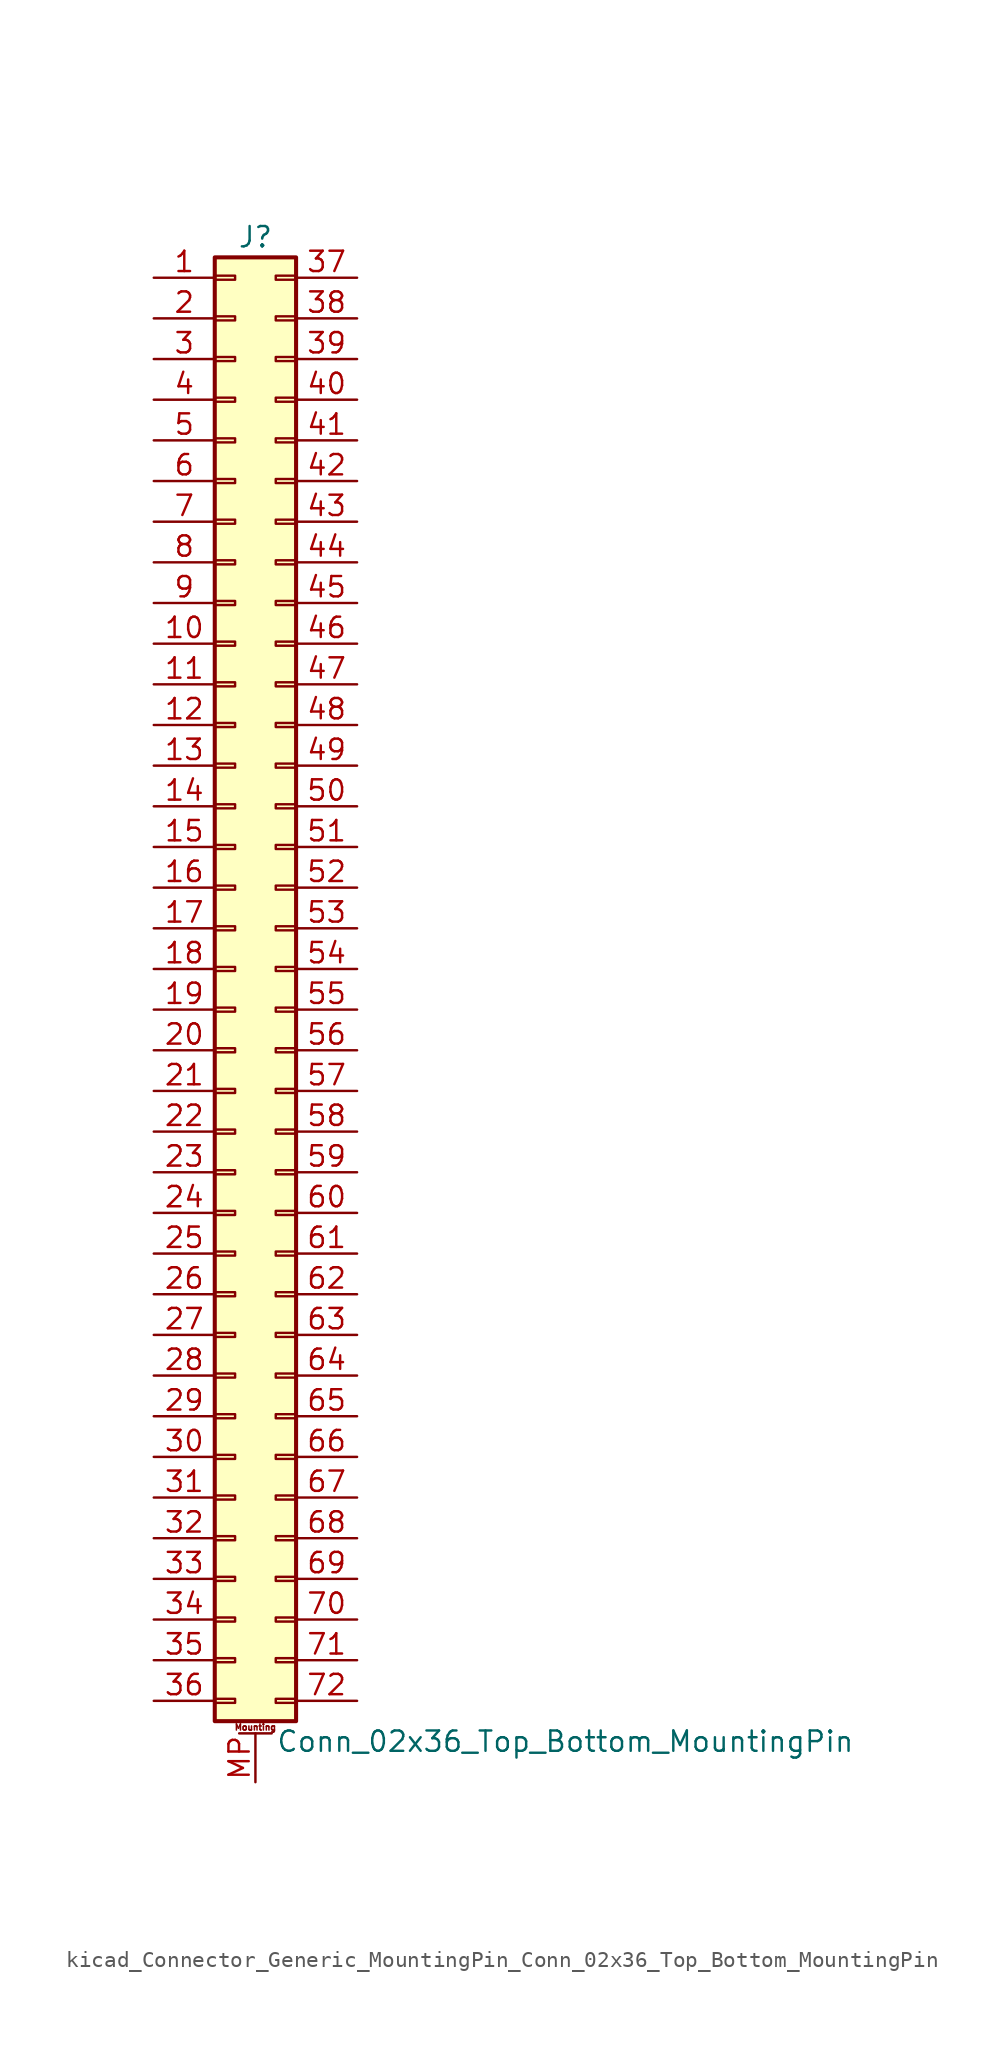
<source format=kicad_sym>
(kicad_symbol_lib
  (version 20220914)
  (generator kicad_symbol_editor)
  (symbol "kicad_Connector_Generic_MountingPin_Conn_02x36_Top_Bottom_MountingPin"
    (pin_names
      (offset 1.016) hide)
    (property "Reference" "J"
      (at 1.27 45.72 0)
      (effects (font (size 1.27 1.27))))
    (property "Value" "Conn_02x36_Top_Bottom_MountingPin"
      (at 2.54 -48.26 0)
      (effects (font (size 1.27 1.27)) (justify left)))
    (symbol "kicad_Connector_Generic_MountingPin_Conn_02x36_Top_Bottom_MountingPin_1_1"
      (rectangle (start -1.27 -45.593) (end 0 -45.847) (stroke (width 0.152) (type default)) (fill (type none)))
      (rectangle (start -1.27 -43.053) (end 0 -43.307) (stroke (width 0.152) (type default)) (fill (type none)))
      (rectangle (start -1.27 -40.513) (end 0 -40.767) (stroke (width 0.152) (type default)) (fill (type none)))
      (rectangle (start -1.27 -37.973) (end 0 -38.227) (stroke (width 0.152) (type default)) (fill (type none)))
      (rectangle (start -1.27 -35.433) (end 0 -35.687) (stroke (width 0.152) (type default)) (fill (type none)))
      (rectangle (start -1.27 -32.893) (end 0 -33.147) (stroke (width 0.152) (type default)) (fill (type none)))
      (rectangle (start -1.27 -30.353) (end 0 -30.607) (stroke (width 0.152) (type default)) (fill (type none)))
      (rectangle (start -1.27 -27.813) (end 0 -28.067) (stroke (width 0.152) (type default)) (fill (type none)))
      (rectangle (start -1.27 -25.273) (end 0 -25.527) (stroke (width 0.152) (type default)) (fill (type none)))
      (rectangle (start -1.27 -22.733) (end 0 -22.987) (stroke (width 0.152) (type default)) (fill (type none)))
      (rectangle (start -1.27 -20.193) (end 0 -20.447) (stroke (width 0.152) (type default)) (fill (type none)))
      (rectangle (start -1.27 -17.653) (end 0 -17.907) (stroke (width 0.152) (type default)) (fill (type none)))
      (rectangle (start -1.27 -15.113) (end 0 -15.367) (stroke (width 0.152) (type default)) (fill (type none)))
      (rectangle (start -1.27 -12.573) (end 0 -12.827) (stroke (width 0.152) (type default)) (fill (type none)))
      (rectangle (start -1.27 -10.033) (end 0 -10.287) (stroke (width 0.152) (type default)) (fill (type none)))
      (rectangle (start -1.27 -7.493) (end 0 -7.747) (stroke (width 0.152) (type default)) (fill (type none)))
      (rectangle (start -1.27 -4.953) (end 0 -5.207) (stroke (width 0.152) (type default)) (fill (type none)))
      (rectangle (start -1.27 -2.413) (end 0 -2.667) (stroke (width 0.152) (type default)) (fill (type none)))
      (rectangle (start -1.27 0.127) (end 0 -0.127) (stroke (width 0.152) (type default)) (fill (type none)))
      (rectangle (start -1.27 2.667) (end 0 2.413) (stroke (width 0.152) (type default)) (fill (type none)))
      (rectangle (start -1.27 5.207) (end 0 4.953) (stroke (width 0.152) (type default)) (fill (type none)))
      (rectangle (start -1.27 7.747) (end 0 7.493) (stroke (width 0.152) (type default)) (fill (type none)))
      (rectangle (start -1.27 10.287) (end 0 10.033) (stroke (width 0.152) (type default)) (fill (type none)))
      (rectangle (start -1.27 12.827) (end 0 12.573) (stroke (width 0.152) (type default)) (fill (type none)))
      (rectangle (start -1.27 15.367) (end 0 15.113) (stroke (width 0.152) (type default)) (fill (type none)))
      (rectangle (start -1.27 17.907) (end 0 17.653) (stroke (width 0.152) (type default)) (fill (type none)))
      (rectangle (start -1.27 20.447) (end 0 20.193) (stroke (width 0.152) (type default)) (fill (type none)))
      (rectangle (start -1.27 22.987) (end 0 22.733) (stroke (width 0.152) (type default)) (fill (type none)))
      (rectangle (start -1.27 25.527) (end 0 25.273) (stroke (width 0.152) (type default)) (fill (type none)))
      (rectangle (start -1.27 28.067) (end 0 27.813) (stroke (width 0.152) (type default)) (fill (type none)))
      (rectangle (start -1.27 30.607) (end 0 30.353) (stroke (width 0.152) (type default)) (fill (type none)))
      (rectangle (start -1.27 33.147) (end 0 32.893) (stroke (width 0.152) (type default)) (fill (type none)))
      (rectangle (start -1.27 35.687) (end 0 35.433) (stroke (width 0.152) (type default)) (fill (type none)))
      (rectangle (start -1.27 38.227) (end 0 37.973) (stroke (width 0.152) (type default)) (fill (type none)))
      (rectangle (start -1.27 40.767) (end 0 40.513) (stroke (width 0.152) (type default)) (fill (type none)))
      (rectangle (start -1.27 43.307) (end 0 43.053) (stroke (width 0.152) (type default)) (fill (type none)))
      (rectangle (start -1.27 44.45) (end 3.81 -46.99) (stroke (width 0.254) (type default)) (fill (type background)))
      (polyline (pts (xy 0.254 -47.752) (xy 2.286 -47.752)) (stroke (width 0.152) (type default)) (fill (type none)))
      (rectangle (start 3.81 -45.593) (end 2.54 -45.847) (stroke (width 0.152) (type default)) (fill (type none)))
      (rectangle (start 3.81 -43.053) (end 2.54 -43.307) (stroke (width 0.152) (type default)) (fill (type none)))
      (rectangle (start 3.81 -40.513) (end 2.54 -40.767) (stroke (width 0.152) (type default)) (fill (type none)))
      (rectangle (start 3.81 -37.973) (end 2.54 -38.227) (stroke (width 0.152) (type default)) (fill (type none)))
      (rectangle (start 3.81 -35.433) (end 2.54 -35.687) (stroke (width 0.152) (type default)) (fill (type none)))
      (rectangle (start 3.81 -32.893) (end 2.54 -33.147) (stroke (width 0.152) (type default)) (fill (type none)))
      (rectangle (start 3.81 -30.353) (end 2.54 -30.607) (stroke (width 0.152) (type default)) (fill (type none)))
      (rectangle (start 3.81 -27.813) (end 2.54 -28.067) (stroke (width 0.152) (type default)) (fill (type none)))
      (rectangle (start 3.81 -25.273) (end 2.54 -25.527) (stroke (width 0.152) (type default)) (fill (type none)))
      (rectangle (start 3.81 -22.733) (end 2.54 -22.987) (stroke (width 0.152) (type default)) (fill (type none)))
      (rectangle (start 3.81 -20.193) (end 2.54 -20.447) (stroke (width 0.152) (type default)) (fill (type none)))
      (rectangle (start 3.81 -17.653) (end 2.54 -17.907) (stroke (width 0.152) (type default)) (fill (type none)))
      (rectangle (start 3.81 -15.113) (end 2.54 -15.367) (stroke (width 0.152) (type default)) (fill (type none)))
      (rectangle (start 3.81 -12.573) (end 2.54 -12.827) (stroke (width 0.152) (type default)) (fill (type none)))
      (rectangle (start 3.81 -10.033) (end 2.54 -10.287) (stroke (width 0.152) (type default)) (fill (type none)))
      (rectangle (start 3.81 -7.493) (end 2.54 -7.747) (stroke (width 0.152) (type default)) (fill (type none)))
      (rectangle (start 3.81 -4.953) (end 2.54 -5.207) (stroke (width 0.152) (type default)) (fill (type none)))
      (rectangle (start 3.81 -2.413) (end 2.54 -2.667) (stroke (width 0.152) (type default)) (fill (type none)))
      (rectangle (start 3.81 0.127) (end 2.54 -0.127) (stroke (width 0.152) (type default)) (fill (type none)))
      (rectangle (start 3.81 2.667) (end 2.54 2.413) (stroke (width 0.152) (type default)) (fill (type none)))
      (rectangle (start 3.81 5.207) (end 2.54 4.953) (stroke (width 0.152) (type default)) (fill (type none)))
      (rectangle (start 3.81 7.747) (end 2.54 7.493) (stroke (width 0.152) (type default)) (fill (type none)))
      (rectangle (start 3.81 10.287) (end 2.54 10.033) (stroke (width 0.152) (type default)) (fill (type none)))
      (rectangle (start 3.81 12.827) (end 2.54 12.573) (stroke (width 0.152) (type default)) (fill (type none)))
      (rectangle (start 3.81 15.367) (end 2.54 15.113) (stroke (width 0.152) (type default)) (fill (type none)))
      (rectangle (start 3.81 17.907) (end 2.54 17.653) (stroke (width 0.152) (type default)) (fill (type none)))
      (rectangle (start 3.81 20.447) (end 2.54 20.193) (stroke (width 0.152) (type default)) (fill (type none)))
      (rectangle (start 3.81 22.987) (end 2.54 22.733) (stroke (width 0.152) (type default)) (fill (type none)))
      (rectangle (start 3.81 25.527) (end 2.54 25.273) (stroke (width 0.152) (type default)) (fill (type none)))
      (rectangle (start 3.81 28.067) (end 2.54 27.813) (stroke (width 0.152) (type default)) (fill (type none)))
      (rectangle (start 3.81 30.607) (end 2.54 30.353) (stroke (width 0.152) (type default)) (fill (type none)))
      (rectangle (start 3.81 33.147) (end 2.54 32.893) (stroke (width 0.152) (type default)) (fill (type none)))
      (rectangle (start 3.81 35.687) (end 2.54 35.433) (stroke (width 0.152) (type default)) (fill (type none)))
      (rectangle (start 3.81 38.227) (end 2.54 37.973) (stroke (width 0.152) (type default)) (fill (type none)))
      (rectangle (start 3.81 40.767) (end 2.54 40.513) (stroke (width 0.152) (type default)) (fill (type none)))
      (rectangle (start 3.81 43.307) (end 2.54 43.053) (stroke (width 0.152) (type default)) (fill (type none)))
      (text "Mounting" (at 1.27 -47.371 0) (effects (font (size 0.381 0.381))))
      (pin passive line (at -5.08 43.18 0) (length 3.81) (name "Pin_1" (effects (font (size 1.27 1.27)))) (number "1" (effects (font (size 1.27 1.27)))))
      (pin passive line (at -5.08 20.32 0) (length 3.81) (name "Pin_10" (effects (font (size 1.27 1.27)))) (number "10" (effects (font (size 1.27 1.27)))))
      (pin passive line (at -5.08 17.78 0) (length 3.81) (name "Pin_11" (effects (font (size 1.27 1.27)))) (number "11" (effects (font (size 1.27 1.27)))))
      (pin passive line (at -5.08 15.24 0) (length 3.81) (name "Pin_12" (effects (font (size 1.27 1.27)))) (number "12" (effects (font (size 1.27 1.27)))))
      (pin passive line (at -5.08 12.7 0) (length 3.81) (name "Pin_13" (effects (font (size 1.27 1.27)))) (number "13" (effects (font (size 1.27 1.27)))))
      (pin passive line (at -5.08 10.16 0) (length 3.81) (name "Pin_14" (effects (font (size 1.27 1.27)))) (number "14" (effects (font (size 1.27 1.27)))))
      (pin passive line (at -5.08 7.62 0) (length 3.81) (name "Pin_15" (effects (font (size 1.27 1.27)))) (number "15" (effects (font (size 1.27 1.27)))))
      (pin passive line (at -5.08 5.08 0) (length 3.81) (name "Pin_16" (effects (font (size 1.27 1.27)))) (number "16" (effects (font (size 1.27 1.27)))))
      (pin passive line (at -5.08 2.54 0) (length 3.81) (name "Pin_17" (effects (font (size 1.27 1.27)))) (number "17" (effects (font (size 1.27 1.27)))))
      (pin passive line (at -5.08 0 0) (length 3.81) (name "Pin_18" (effects (font (size 1.27 1.27)))) (number "18" (effects (font (size 1.27 1.27)))))
      (pin passive line (at -5.08 -2.54 0) (length 3.81) (name "Pin_19" (effects (font (size 1.27 1.27)))) (number "19" (effects (font (size 1.27 1.27)))))
      (pin passive line (at -5.08 40.64 0) (length 3.81) (name "Pin_2" (effects (font (size 1.27 1.27)))) (number "2" (effects (font (size 1.27 1.27)))))
      (pin passive line (at -5.08 -5.08 0) (length 3.81) (name "Pin_20" (effects (font (size 1.27 1.27)))) (number "20" (effects (font (size 1.27 1.27)))))
      (pin passive line (at -5.08 -7.62 0) (length 3.81) (name "Pin_21" (effects (font (size 1.27 1.27)))) (number "21" (effects (font (size 1.27 1.27)))))
      (pin passive line (at -5.08 -10.16 0) (length 3.81) (name "Pin_22" (effects (font (size 1.27 1.27)))) (number "22" (effects (font (size 1.27 1.27)))))
      (pin passive line (at -5.08 -12.7 0) (length 3.81) (name "Pin_23" (effects (font (size 1.27 1.27)))) (number "23" (effects (font (size 1.27 1.27)))))
      (pin passive line (at -5.08 -15.24 0) (length 3.81) (name "Pin_24" (effects (font (size 1.27 1.27)))) (number "24" (effects (font (size 1.27 1.27)))))
      (pin passive line (at -5.08 -17.78 0) (length 3.81) (name "Pin_25" (effects (font (size 1.27 1.27)))) (number "25" (effects (font (size 1.27 1.27)))))
      (pin passive line (at -5.08 -20.32 0) (length 3.81) (name "Pin_26" (effects (font (size 1.27 1.27)))) (number "26" (effects (font (size 1.27 1.27)))))
      (pin passive line (at -5.08 -22.86 0) (length 3.81) (name "Pin_27" (effects (font (size 1.27 1.27)))) (number "27" (effects (font (size 1.27 1.27)))))
      (pin passive line (at -5.08 -25.4 0) (length 3.81) (name "Pin_28" (effects (font (size 1.27 1.27)))) (number "28" (effects (font (size 1.27 1.27)))))
      (pin passive line (at -5.08 -27.94 0) (length 3.81) (name "Pin_29" (effects (font (size 1.27 1.27)))) (number "29" (effects (font (size 1.27 1.27)))))
      (pin passive line (at -5.08 38.1 0) (length 3.81) (name "Pin_3" (effects (font (size 1.27 1.27)))) (number "3" (effects (font (size 1.27 1.27)))))
      (pin passive line (at -5.08 -30.48 0) (length 3.81) (name "Pin_30" (effects (font (size 1.27 1.27)))) (number "30" (effects (font (size 1.27 1.27)))))
      (pin passive line (at -5.08 -33.02 0) (length 3.81) (name "Pin_31" (effects (font (size 1.27 1.27)))) (number "31" (effects (font (size 1.27 1.27)))))
      (pin passive line (at -5.08 -35.56 0) (length 3.81) (name "Pin_32" (effects (font (size 1.27 1.27)))) (number "32" (effects (font (size 1.27 1.27)))))
      (pin passive line (at -5.08 -38.1 0) (length 3.81) (name "Pin_33" (effects (font (size 1.27 1.27)))) (number "33" (effects (font (size 1.27 1.27)))))
      (pin passive line (at -5.08 -40.64 0) (length 3.81) (name "Pin_34" (effects (font (size 1.27 1.27)))) (number "34" (effects (font (size 1.27 1.27)))))
      (pin passive line (at -5.08 -43.18 0) (length 3.81) (name "Pin_35" (effects (font (size 1.27 1.27)))) (number "35" (effects (font (size 1.27 1.27)))))
      (pin passive line (at -5.08 -45.72 0) (length 3.81) (name "Pin_36" (effects (font (size 1.27 1.27)))) (number "36" (effects (font (size 1.27 1.27)))))
      (pin passive line (at 7.62 43.18 180) (length 3.81) (name "Pin_37" (effects (font (size 1.27 1.27)))) (number "37" (effects (font (size 1.27 1.27)))))
      (pin passive line (at 7.62 40.64 180) (length 3.81) (name "Pin_38" (effects (font (size 1.27 1.27)))) (number "38" (effects (font (size 1.27 1.27)))))
      (pin passive line (at 7.62 38.1 180) (length 3.81) (name "Pin_39" (effects (font (size 1.27 1.27)))) (number "39" (effects (font (size 1.27 1.27)))))
      (pin passive line (at -5.08 35.56 0) (length 3.81) (name "Pin_4" (effects (font (size 1.27 1.27)))) (number "4" (effects (font (size 1.27 1.27)))))
      (pin passive line (at 7.62 35.56 180) (length 3.81) (name "Pin_40" (effects (font (size 1.27 1.27)))) (number "40" (effects (font (size 1.27 1.27)))))
      (pin passive line (at 7.62 33.02 180) (length 3.81) (name "Pin_41" (effects (font (size 1.27 1.27)))) (number "41" (effects (font (size 1.27 1.27)))))
      (pin passive line (at 7.62 30.48 180) (length 3.81) (name "Pin_42" (effects (font (size 1.27 1.27)))) (number "42" (effects (font (size 1.27 1.27)))))
      (pin passive line (at 7.62 27.94 180) (length 3.81) (name "Pin_43" (effects (font (size 1.27 1.27)))) (number "43" (effects (font (size 1.27 1.27)))))
      (pin passive line (at 7.62 25.4 180) (length 3.81) (name "Pin_44" (effects (font (size 1.27 1.27)))) (number "44" (effects (font (size 1.27 1.27)))))
      (pin passive line (at 7.62 22.86 180) (length 3.81) (name "Pin_45" (effects (font (size 1.27 1.27)))) (number "45" (effects (font (size 1.27 1.27)))))
      (pin passive line (at 7.62 20.32 180) (length 3.81) (name "Pin_46" (effects (font (size 1.27 1.27)))) (number "46" (effects (font (size 1.27 1.27)))))
      (pin passive line (at 7.62 17.78 180) (length 3.81) (name "Pin_47" (effects (font (size 1.27 1.27)))) (number "47" (effects (font (size 1.27 1.27)))))
      (pin passive line (at 7.62 15.24 180) (length 3.81) (name "Pin_48" (effects (font (size 1.27 1.27)))) (number "48" (effects (font (size 1.27 1.27)))))
      (pin passive line (at 7.62 12.7 180) (length 3.81) (name "Pin_49" (effects (font (size 1.27 1.27)))) (number "49" (effects (font (size 1.27 1.27)))))
      (pin passive line (at -5.08 33.02 0) (length 3.81) (name "Pin_5" (effects (font (size 1.27 1.27)))) (number "5" (effects (font (size 1.27 1.27)))))
      (pin passive line (at 7.62 10.16 180) (length 3.81) (name "Pin_50" (effects (font (size 1.27 1.27)))) (number "50" (effects (font (size 1.27 1.27)))))
      (pin passive line (at 7.62 7.62 180) (length 3.81) (name "Pin_51" (effects (font (size 1.27 1.27)))) (number "51" (effects (font (size 1.27 1.27)))))
      (pin passive line (at 7.62 5.08 180) (length 3.81) (name "Pin_52" (effects (font (size 1.27 1.27)))) (number "52" (effects (font (size 1.27 1.27)))))
      (pin passive line (at 7.62 2.54 180) (length 3.81) (name "Pin_53" (effects (font (size 1.27 1.27)))) (number "53" (effects (font (size 1.27 1.27)))))
      (pin passive line (at 7.62 0 180) (length 3.81) (name "Pin_54" (effects (font (size 1.27 1.27)))) (number "54" (effects (font (size 1.27 1.27)))))
      (pin passive line (at 7.62 -2.54 180) (length 3.81) (name "Pin_55" (effects (font (size 1.27 1.27)))) (number "55" (effects (font (size 1.27 1.27)))))
      (pin passive line (at 7.62 -5.08 180) (length 3.81) (name "Pin_56" (effects (font (size 1.27 1.27)))) (number "56" (effects (font (size 1.27 1.27)))))
      (pin passive line (at 7.62 -7.62 180) (length 3.81) (name "Pin_57" (effects (font (size 1.27 1.27)))) (number "57" (effects (font (size 1.27 1.27)))))
      (pin passive line (at 7.62 -10.16 180) (length 3.81) (name "Pin_58" (effects (font (size 1.27 1.27)))) (number "58" (effects (font (size 1.27 1.27)))))
      (pin passive line (at 7.62 -12.7 180) (length 3.81) (name "Pin_59" (effects (font (size 1.27 1.27)))) (number "59" (effects (font (size 1.27 1.27)))))
      (pin passive line (at -5.08 30.48 0) (length 3.81) (name "Pin_6" (effects (font (size 1.27 1.27)))) (number "6" (effects (font (size 1.27 1.27)))))
      (pin passive line (at 7.62 -15.24 180) (length 3.81) (name "Pin_60" (effects (font (size 1.27 1.27)))) (number "60" (effects (font (size 1.27 1.27)))))
      (pin passive line (at 7.62 -17.78 180) (length 3.81) (name "Pin_61" (effects (font (size 1.27 1.27)))) (number "61" (effects (font (size 1.27 1.27)))))
      (pin passive line (at 7.62 -20.32 180) (length 3.81) (name "Pin_62" (effects (font (size 1.27 1.27)))) (number "62" (effects (font (size 1.27 1.27)))))
      (pin passive line (at 7.62 -22.86 180) (length 3.81) (name "Pin_63" (effects (font (size 1.27 1.27)))) (number "63" (effects (font (size 1.27 1.27)))))
      (pin passive line (at 7.62 -25.4 180) (length 3.81) (name "Pin_64" (effects (font (size 1.27 1.27)))) (number "64" (effects (font (size 1.27 1.27)))))
      (pin passive line (at 7.62 -27.94 180) (length 3.81) (name "Pin_65" (effects (font (size 1.27 1.27)))) (number "65" (effects (font (size 1.27 1.27)))))
      (pin passive line (at 7.62 -30.48 180) (length 3.81) (name "Pin_66" (effects (font (size 1.27 1.27)))) (number "66" (effects (font (size 1.27 1.27)))))
      (pin passive line (at 7.62 -33.02 180) (length 3.81) (name "Pin_67" (effects (font (size 1.27 1.27)))) (number "67" (effects (font (size 1.27 1.27)))))
      (pin passive line (at 7.62 -35.56 180) (length 3.81) (name "Pin_68" (effects (font (size 1.27 1.27)))) (number "68" (effects (font (size 1.27 1.27)))))
      (pin passive line (at 7.62 -38.1 180) (length 3.81) (name "Pin_69" (effects (font (size 1.27 1.27)))) (number "69" (effects (font (size 1.27 1.27)))))
      (pin passive line (at -5.08 27.94 0) (length 3.81) (name "Pin_7" (effects (font (size 1.27 1.27)))) (number "7" (effects (font (size 1.27 1.27)))))
      (pin passive line (at 7.62 -40.64 180) (length 3.81) (name "Pin_70" (effects (font (size 1.27 1.27)))) (number "70" (effects (font (size 1.27 1.27)))))
      (pin passive line (at 7.62 -43.18 180) (length 3.81) (name "Pin_71" (effects (font (size 1.27 1.27)))) (number "71" (effects (font (size 1.27 1.27)))))
      (pin passive line (at 7.62 -45.72 180) (length 3.81) (name "Pin_72" (effects (font (size 1.27 1.27)))) (number "72" (effects (font (size 1.27 1.27)))))
      (pin passive line (at -5.08 25.4 0) (length 3.81) (name "Pin_8" (effects (font (size 1.27 1.27)))) (number "8" (effects (font (size 1.27 1.27)))))
      (pin passive line (at -5.08 22.86 0) (length 3.81) (name "Pin_9" (effects (font (size 1.27 1.27)))) (number "9" (effects (font (size 1.27 1.27)))))
      (pin passive line (at 1.27 -50.8 90) (length 3.048) (name "MountPin" (effects (font (size 1.27 1.27)))) (number "MP" (effects (font (size 1.27 1.27))))))))
</source>
